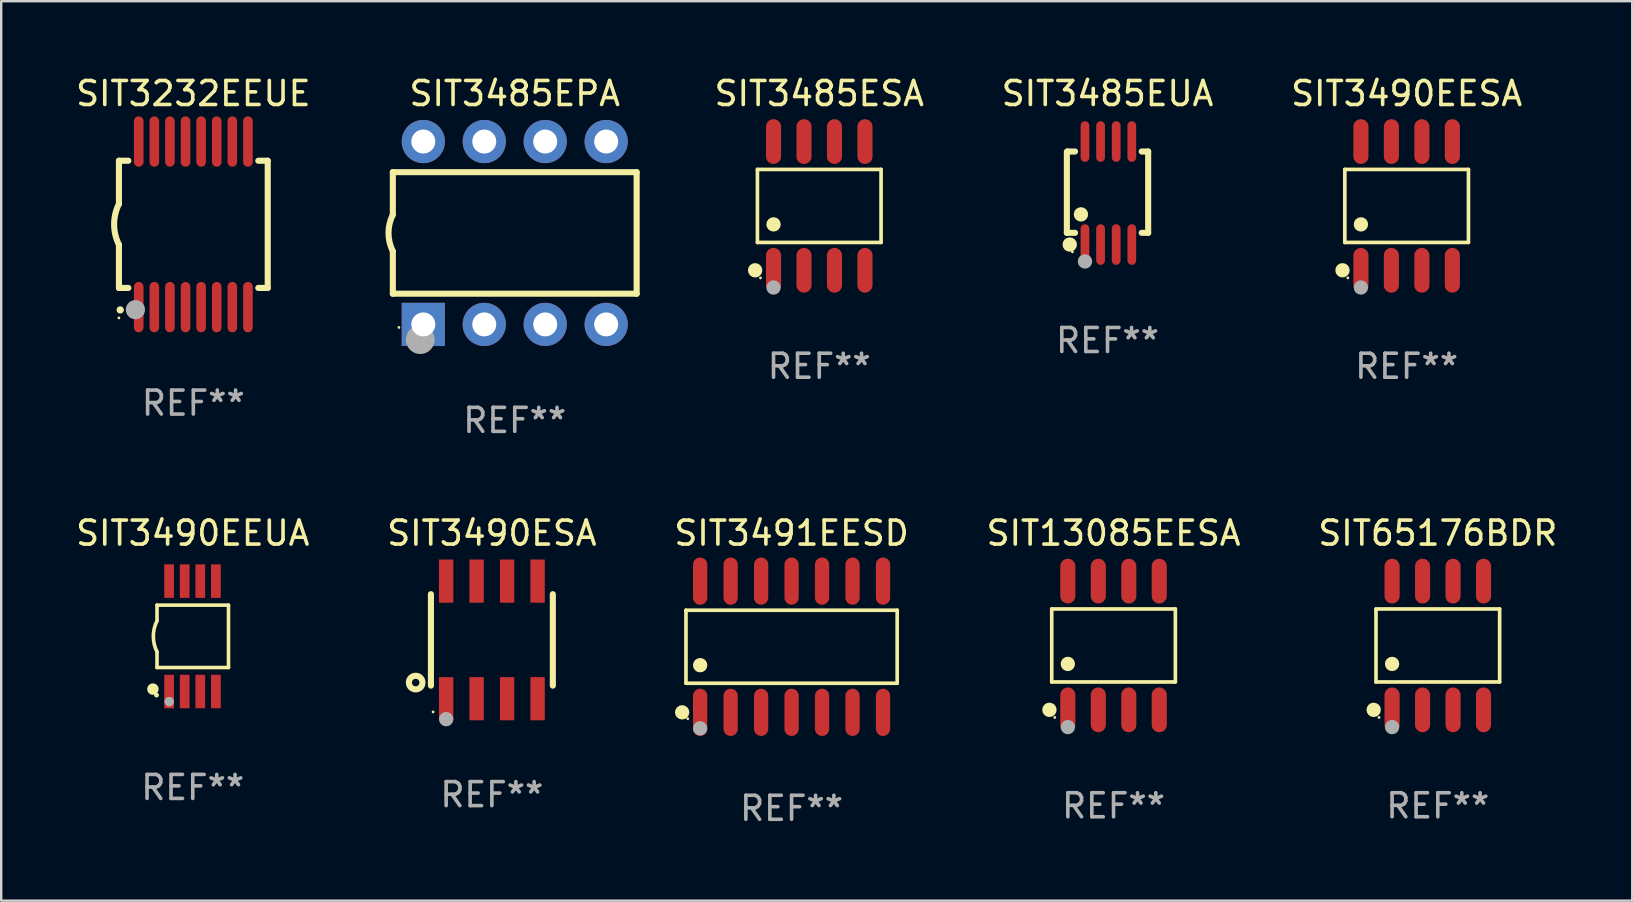
<source format=kicad_pcb>
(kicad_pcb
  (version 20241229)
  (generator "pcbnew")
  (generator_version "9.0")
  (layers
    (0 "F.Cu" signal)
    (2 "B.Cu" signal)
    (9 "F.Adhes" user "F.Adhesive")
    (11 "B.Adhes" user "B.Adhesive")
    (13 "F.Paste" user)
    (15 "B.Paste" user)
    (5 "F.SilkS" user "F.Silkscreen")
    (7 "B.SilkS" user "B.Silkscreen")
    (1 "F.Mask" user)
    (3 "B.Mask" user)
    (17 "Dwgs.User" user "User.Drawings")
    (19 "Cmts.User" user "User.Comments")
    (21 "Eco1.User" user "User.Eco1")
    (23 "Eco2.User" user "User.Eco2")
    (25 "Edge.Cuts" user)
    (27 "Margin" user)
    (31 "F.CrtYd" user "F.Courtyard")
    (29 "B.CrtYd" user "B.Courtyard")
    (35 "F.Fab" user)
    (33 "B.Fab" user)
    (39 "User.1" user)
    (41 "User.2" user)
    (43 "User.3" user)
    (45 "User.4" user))
  (footprint "SIT3485EPA"
    (layer "F.Cu")
    (at 18.399 6.658)
    (property "Reference" "SIT3485EPA" (at 0 -5.81 0) (layer "F.SilkS") (effects (font (size 1 1) (thickness 0.15))))
    (attr through_hole)
    (fp_line (start -5.08 -2.534) (end 5.08 -2.534) (stroke (width 0.254) (type solid)) (layer "F.SilkS"))
    (fp_line (start -5.08 -0.762) (end -5.08 -2.534) (stroke (width 0.254) (type solid)) (layer "F.SilkS"))
    (fp_line (start -5.08 2.531) (end -5.08 0.762) (stroke (width 0.254) (type solid)) (layer "F.SilkS"))
    (fp_line (start -5.08 2.531) (end 5.08 2.531) (stroke (width 0.254) (type solid)) (layer "F.SilkS"))
    (fp_line (start 5.08 2.531) (end 5.08 -2.534) (stroke (width 0.254) (type solid)) (layer "F.SilkS"))
    (fp_arc (start -5.08001 0.762001) (mid -5.259894 0) (end -5.08001 -0.762002) (stroke (width 0.254001) (type solid)) (layer "F.SilkS"))
    (fp_circle (center -4.826 3.937) (end -4.796 3.937) (stroke (width 0.06) (type solid)) (fill no) (layer "F.SilkS"))
    (fp_circle (center -3.937 4.445) (end -3.637 4.445) (stroke (width 0.6) (type solid)) (fill no) (layer "F.Fab"))
    (fp_text user "REF**" (at 0 7.81 0) (layer "F.Fab") (effects (font (size 1 1) (thickness 0.15))))
    (pad "1" thru_hole rect (at -3.81 3.81) (size 1.8 1.8) (drill 1) (layers "*.Cu" "*.Mask"))
    (pad "2" thru_hole circle (at -1.27 3.81) (size 1.8 1.8) (drill 1) (layers "*.Cu" "*.Mask"))
    (pad "3" thru_hole circle (at 1.27 3.81) (size 1.8 1.8) (drill 1) (layers "*.Cu" "*.Mask"))
    (pad "4" thru_hole circle (at 3.81 3.81) (size 1.8 1.8) (drill 1) (layers "*.Cu" "*.Mask"))
    (pad "5" thru_hole circle (at 3.81 -3.81) (size 1.8 1.8) (drill 1) (layers "*.Cu" "*.Mask"))
    (pad "6" thru_hole circle (at 1.27 -3.81) (size 1.8 1.8) (drill 1) (layers "*.Cu" "*.Mask"))
    (pad "7" thru_hole circle (at -1.27 -3.81) (size 1.8 1.8) (drill 1) (layers "*.Cu" "*.Mask"))
    (pad "8" thru_hole circle (at -3.81 -3.81) (size 1.8 1.8) (drill 1) (layers "*.Cu" "*.Mask")))
  (footprint "SIT3490ESA"
    (layer "F.Cu")
    (at 17.446 23.615)
    (property "Reference" "SIT3490ESA" (at 0 -4.45 0) (layer "F.SilkS") (effects (font (size 1 1) (thickness 0.15))))
    (attr through_hole)
    (fp_line (start -2.54 -1.905) (end -2.54 1.905) (stroke (width 0.254) (type solid)) (layer "F.SilkS"))
    (fp_line (start 2.54 -1.905) (end 2.54 1.905) (stroke (width 0.254) (type solid)) (layer "F.SilkS"))
    (fp_circle (center -3.175 1.778) (end -2.891 1.778) (stroke (width 0.254) (type solid)) (fill no) (layer "F.SilkS"))
    (fp_circle (center -2.45 3) (end -2.42 3) (stroke (width 0.06) (type solid)) (fill no) (layer "F.SilkS"))
    (fp_circle (center -1.905 3.302) (end -1.755 3.302) (stroke (width 0.3) (type solid)) (fill no) (layer "F.Fab"))
    (fp_text user "REF**" (at 0 6.45 0) (layer "F.Fab") (effects (font (size 1 1) (thickness 0.15))))
    (pad "1" smd rect (at -1.905 2.45) (size 0.6 1.8) (layers "F.Cu" "F.Mask" "F.Paste"))
    (pad "2" smd rect (at -0.635 2.45) (size 0.6 1.8) (layers "F.Cu" "F.Mask" "F.Paste"))
    (pad "3" smd rect (at 0.635 2.45) (size 0.6 1.8) (layers "F.Cu" "F.Mask" "F.Paste"))
    (pad "4" smd rect (at 1.905 2.45) (size 0.6 1.8) (layers "F.Cu" "F.Mask" "F.Paste"))
    (pad "5" smd rect (at 1.905 -2.45 180) (size 0.6 1.8) (layers "F.Cu" "F.Mask" "F.Paste"))
    (pad "6" smd rect (at 0.635 -2.45 180) (size 0.6 1.8) (layers "F.Cu" "F.Mask" "F.Paste"))
    (pad "7" smd rect (at -0.635 -2.45 180) (size 0.6 1.8) (layers "F.Cu" "F.Mask" "F.Paste"))
    (pad "8" smd rect (at -1.905 -2.45 180) (size 0.6 1.8) (layers "F.Cu" "F.Mask" "F.Paste")))
  (footprint "SIT3232EEUE"
    (layer "F.Cu")
    (at 5.006 6.298)
    (property "Reference" "SIT3232EEUE" (at 0 -5.45 0) (layer "F.SilkS") (effects (font (size 1 1) (thickness 0.15))))
    (attr through_hole)
    (fp_line (start -3.1 -2.65) (end -3.1 -0.85) (stroke (width 0.254) (type solid)) (layer "F.SilkS"))
    (fp_line (start -3.1 -2.65) (end -2.706 -2.65) (stroke (width 0.254) (type solid)) (layer "F.SilkS"))
    (fp_line (start -3.1 2.65) (end -3.1 0.85) (stroke (width 0.254) (type solid)) (layer "F.SilkS"))
    (fp_line (start -3.1 2.65) (end -2.706 2.65) (stroke (width 0.254) (type solid)) (layer "F.SilkS"))
    (fp_line (start 2.706 -2.65) (end 3.1 -2.65) (stroke (width 0.254) (type solid)) (layer "F.SilkS"))
    (fp_line (start 2.706 2.65) (end 3.1 2.65) (stroke (width 0.254) (type solid)) (layer "F.SilkS"))
    (fp_line (start 3.1 -2.65) (end 3.1 2.65) (stroke (width 0.254) (type solid)) (layer "F.SilkS"))
    (fp_arc (start -3.098907 0.850902) (mid -3.300057 0.000523) (end -3.1 -0.850114) (stroke (width 0.254001) (type solid)) (layer "F.SilkS"))
    (fp_arc (start -3.048006 3.566066) (mid -3.046736 3.566061) (end -3.045466 3.566066) (stroke (width 0.3) (type solid)) (layer "F.SilkS"))
    (fp_circle (center -3.1 3.9) (end -3.07 3.9) (stroke (width 0.06) (type solid)) (fill no) (layer "F.SilkS"))
    (fp_circle (center -2.413 3.556) (end -2.213 3.556) (stroke (width 0.4) (type solid)) (fill no) (layer "F.Fab"))
    (fp_text user "REF**" (at 0 7.45 0) (layer "F.Fab") (effects (font (size 1 1) (thickness 0.15))))
    (pad "1" smd oval (at -2.275 3.45 180) (size 0.4 2.1) (layers "F.Cu" "F.Mask" "F.Paste"))
    (pad "2" smd oval (at -1.625 3.45 180) (size 0.4 2.1) (layers "F.Cu" "F.Mask" "F.Paste"))
    (pad "3" smd oval (at -0.975 3.45 180) (size 0.4 2.1) (layers "F.Cu" "F.Mask" "F.Paste"))
    (pad "4" smd oval (at -0.325 3.45 180) (size 0.4 2.1) (layers "F.Cu" "F.Mask" "F.Paste"))
    (pad "5" smd oval (at 0.325 3.45 180) (size 0.4 2.1) (layers "F.Cu" "F.Mask" "F.Paste"))
    (pad "6" smd oval (at 0.975 3.45 180) (size 0.4 2.1) (layers "F.Cu" "F.Mask" "F.Paste"))
    (pad "7" smd oval (at 1.625 3.45 180) (size 0.4 2.1) (layers "F.Cu" "F.Mask" "F.Paste"))
    (pad "8" smd oval (at 2.275 3.45 180) (size 0.4 2.1) (layers "F.Cu" "F.Mask" "F.Paste"))
    (pad "9" smd oval (at 2.275 -3.45 180) (size 0.4 2.1) (layers "F.Cu" "F.Mask" "F.Paste"))
    (pad "10" smd oval (at 1.625 -3.45 180) (size 0.4 2.1) (layers "F.Cu" "F.Mask" "F.Paste"))
    (pad "11" smd oval (at 0.975 -3.45 180) (size 0.4 2.1) (layers "F.Cu" "F.Mask" "F.Paste"))
    (pad "12" smd oval (at 0.325 -3.45 180) (size 0.4 2.1) (layers "F.Cu" "F.Mask" "F.Paste"))
    (pad "13" smd oval (at -0.325 -3.45 180) (size 0.4 2.1) (layers "F.Cu" "F.Mask" "F.Paste"))
    (pad "14" smd oval (at -0.975 -3.45 180) (size 0.4 2.1) (layers "F.Cu" "F.Mask" "F.Paste"))
    (pad "15" smd oval (at -1.625 -3.45 180) (size 0.4 2.1) (layers "F.Cu" "F.Mask" "F.Paste"))
    (pad "16" smd oval (at -2.275 -3.45 180) (size 0.4 2.1) (layers "F.Cu" "F.Mask" "F.Paste")))
  (footprint "SIT3491EESD"
    (layer "F.Cu")
    (at 29.935 23.899)
    (property "Reference" "SIT3491EESD" (at 0 -4.734 0) (layer "F.SilkS") (effects (font (size 1 1) (thickness 0.15))))
    (attr through_hole)
    (fp_line (start -4.401 -1.521) (end 4.401 -1.521) (stroke (width 0.152) (type solid)) (layer "F.SilkS"))
    (fp_line (start -4.401 1.521) (end -4.401 -1.521) (stroke (width 0.152) (type solid)) (layer "F.SilkS"))
    (fp_line (start 4.401 -1.521) (end 4.401 1.521) (stroke (width 0.152) (type solid)) (layer "F.SilkS"))
    (fp_line (start 4.401 1.521) (end -4.401 1.521) (stroke (width 0.152) (type solid)) (layer "F.SilkS"))
    (fp_circle (center -4.56 2.734) (end -4.41 2.734) (stroke (width 0.3) (type solid)) (fill no) (layer "F.SilkS"))
    (fp_circle (center -4.325 3) (end -4.295 3) (stroke (width 0.06) (type solid)) (fill no) (layer "F.SilkS"))
    (fp_circle (center -3.81 0.769) (end -3.66 0.769) (stroke (width 0.3) (type solid)) (fill no) (layer "F.SilkS"))
    (fp_circle (center -3.81 3.4) (end -3.66 3.4) (stroke (width 0.3) (type solid)) (fill no) (layer "F.Fab"))
    (fp_text user "REF**" (at 0 6.734 0) (layer "F.Fab") (effects (font (size 1 1) (thickness 0.15))))
    (pad "1" smd oval (at -3.81 2.734) (size 0.595 1.968) (layers "F.Cu" "F.Mask" "F.Paste"))
    (pad "2" smd oval (at -2.54 2.734) (size 0.595 1.968) (layers "F.Cu" "F.Mask" "F.Paste"))
    (pad "3" smd oval (at -1.27 2.734) (size 0.595 1.968) (layers "F.Cu" "F.Mask" "F.Paste"))
    (pad "4" smd oval (at 0 2.734) (size 0.595 1.968) (layers "F.Cu" "F.Mask" "F.Paste"))
    (pad "5" smd oval (at 1.27 2.734) (size 0.595 1.968) (layers "F.Cu" "F.Mask" "F.Paste"))
    (pad "6" smd oval (at 2.54 2.734) (size 0.595 1.968) (layers "F.Cu" "F.Mask" "F.Paste"))
    (pad "7" smd oval (at 3.81 2.734) (size 0.595 1.968) (layers "F.Cu" "F.Mask" "F.Paste"))
    (pad "8" smd oval (at 3.81 -2.734) (size 0.595 1.968) (layers "F.Cu" "F.Mask" "F.Paste"))
    (pad "9" smd oval (at 2.54 -2.734) (size 0.595 1.968) (layers "F.Cu" "F.Mask" "F.Paste"))
    (pad "10" smd oval (at 1.27 -2.734) (size 0.595 1.968) (layers "F.Cu" "F.Mask" "F.Paste"))
    (pad "11" smd oval (at 0 -2.734) (size 0.595 1.968) (layers "F.Cu" "F.Mask" "F.Paste"))
    (pad "12" smd oval (at -1.27 -2.734) (size 0.595 1.968) (layers "F.Cu" "F.Mask" "F.Paste"))
    (pad "13" smd oval (at -2.54 -2.734) (size 0.595 1.968) (layers "F.Cu" "F.Mask" "F.Paste"))
    (pad "14" smd oval (at -3.81 -2.734) (size 0.595 1.968) (layers "F.Cu" "F.Mask" "F.Paste")))
  (footprint "SIT3490EESA"
    (layer "F.Cu")
    (at 55.564 5.531)
    (property "Reference" "SIT3490EESA" (at 0 -4.682 0) (layer "F.SilkS") (effects (font (size 1 1) (thickness 0.15))))
    (attr through_hole)
    (fp_line (start -2.576 -1.521) (end 2.576 -1.521) (stroke (width 0.152) (type solid)) (layer "F.SilkS"))
    (fp_line (start -2.576 1.521) (end -2.576 -1.521) (stroke (width 0.152) (type solid)) (layer "F.SilkS"))
    (fp_line (start 2.576 -1.521) (end 2.576 1.521) (stroke (width 0.152) (type solid)) (layer "F.SilkS"))
    (fp_line (start 2.576 1.521) (end -2.576 1.521) (stroke (width 0.152) (type solid)) (layer "F.SilkS"))
    (fp_circle (center -2.672 2.682) (end -2.522 2.682) (stroke (width 0.3) (type solid)) (fill no) (layer "F.SilkS"))
    (fp_circle (center -2.45 3) (end -2.42 3) (stroke (width 0.06) (type solid)) (fill no) (layer "F.SilkS"))
    (fp_circle (center -1.905 0.769) (end -1.755 0.769) (stroke (width 0.3) (type solid)) (fill no) (layer "F.SilkS"))
    (fp_circle (center -1.905 3.4) (end -1.755 3.4) (stroke (width 0.3) (type solid)) (fill no) (layer "F.Fab"))
    (fp_text user "REF**" (at 0 6.682 0) (layer "F.Fab") (effects (font (size 1 1) (thickness 0.15))))
    (pad "1" smd oval (at -1.905 2.682) (size 0.63 1.865) (layers "F.Cu" "F.Mask" "F.Paste"))
    (pad "2" smd oval (at -0.635 2.682) (size 0.63 1.865) (layers "F.Cu" "F.Mask" "F.Paste"))
    (pad "3" smd oval (at 0.635 2.682) (size 0.63 1.865) (layers "F.Cu" "F.Mask" "F.Paste"))
    (pad "4" smd oval (at 1.905 2.682) (size 0.63 1.865) (layers "F.Cu" "F.Mask" "F.Paste"))
    (pad "5" smd oval (at 1.905 -2.682) (size 0.63 1.865) (layers "F.Cu" "F.Mask" "F.Paste"))
    (pad "6" smd oval (at 0.635 -2.682) (size 0.63 1.865) (layers "F.Cu" "F.Mask" "F.Paste"))
    (pad "7" smd oval (at -0.635 -2.682) (size 0.63 1.865) (layers "F.Cu" "F.Mask" "F.Paste"))
    (pad "8" smd oval (at -1.905 -2.682) (size 0.63 1.865) (layers "F.Cu" "F.Mask" "F.Paste")))
  (footprint "SIT13085EESA"
    (layer "F.Cu")
    (at 43.351 23.847)
    (property "Reference" "SIT13085EESA" (at 0 -4.682 0) (layer "F.SilkS") (effects (font (size 1 1) (thickness 0.15))))
    (attr through_hole)
    (fp_line (start -2.576 -1.521) (end 2.576 -1.521) (stroke (width 0.152) (type solid)) (layer "F.SilkS"))
    (fp_line (start -2.576 1.521) (end -2.576 -1.521) (stroke (width 0.152) (type solid)) (layer "F.SilkS"))
    (fp_line (start 2.576 -1.521) (end 2.576 1.521) (stroke (width 0.152) (type solid)) (layer "F.SilkS"))
    (fp_line (start 2.576 1.521) (end -2.576 1.521) (stroke (width 0.152) (type solid)) (layer "F.SilkS"))
    (fp_circle (center -2.672 2.682) (end -2.522 2.682) (stroke (width 0.3) (type solid)) (fill no) (layer "F.SilkS"))
    (fp_circle (center -2.45 3) (end -2.42 3) (stroke (width 0.06) (type solid)) (fill no) (layer "F.SilkS"))
    (fp_circle (center -1.905 0.769) (end -1.755 0.769) (stroke (width 0.3) (type solid)) (fill no) (layer "F.SilkS"))
    (fp_circle (center -1.905 3.4) (end -1.755 3.4) (stroke (width 0.3) (type solid)) (fill no) (layer "F.Fab"))
    (fp_text user "REF**" (at 0 6.682 0) (layer "F.Fab") (effects (font (size 1 1) (thickness 0.15))))
    (pad "1" smd oval (at -1.905 2.682) (size 0.63 1.865) (layers "F.Cu" "F.Mask" "F.Paste"))
    (pad "2" smd oval (at -0.635 2.682) (size 0.63 1.865) (layers "F.Cu" "F.Mask" "F.Paste"))
    (pad "3" smd oval (at 0.635 2.682) (size 0.63 1.865) (layers "F.Cu" "F.Mask" "F.Paste"))
    (pad "4" smd oval (at 1.905 2.682) (size 0.63 1.865) (layers "F.Cu" "F.Mask" "F.Paste"))
    (pad "5" smd oval (at 1.905 -2.682) (size 0.63 1.865) (layers "F.Cu" "F.Mask" "F.Paste"))
    (pad "6" smd oval (at 0.635 -2.682) (size 0.63 1.865) (layers "F.Cu" "F.Mask" "F.Paste"))
    (pad "7" smd oval (at -0.635 -2.682) (size 0.63 1.865) (layers "F.Cu" "F.Mask" "F.Paste"))
    (pad "8" smd oval (at -1.905 -2.682) (size 0.63 1.865) (layers "F.Cu" "F.Mask" "F.Paste")))
  (footprint "SIT3485ESA"
    (layer "F.Cu")
    (at 31.088 5.531)
    (property "Reference" "SIT3485ESA" (at 0 -4.682 0) (layer "F.SilkS") (effects (font (size 1 1) (thickness 0.15))))
    (attr through_hole)
    (fp_line (start -2.576 -1.521) (end 2.576 -1.521) (stroke (width 0.152) (type solid)) (layer "F.SilkS"))
    (fp_line (start -2.576 1.521) (end -2.576 -1.521) (stroke (width 0.152) (type solid)) (layer "F.SilkS"))
    (fp_line (start 2.576 -1.521) (end 2.576 1.521) (stroke (width 0.152) (type solid)) (layer "F.SilkS"))
    (fp_line (start 2.576 1.521) (end -2.576 1.521) (stroke (width 0.152) (type solid)) (layer "F.SilkS"))
    (fp_circle (center -2.672 2.682) (end -2.522 2.682) (stroke (width 0.3) (type solid)) (fill no) (layer "F.SilkS"))
    (fp_circle (center -2.45 3) (end -2.42 3) (stroke (width 0.06) (type solid)) (fill no) (layer "F.SilkS"))
    (fp_circle (center -1.905 0.769) (end -1.755 0.769) (stroke (width 0.3) (type solid)) (fill no) (layer "F.SilkS"))
    (fp_circle (center -1.905 3.4) (end -1.755 3.4) (stroke (width 0.3) (type solid)) (fill no) (layer "F.Fab"))
    (fp_text user "REF**" (at 0 6.682 0) (layer "F.Fab") (effects (font (size 1 1) (thickness 0.15))))
    (pad "1" smd oval (at -1.905 2.682) (size 0.63 1.865) (layers "F.Cu" "F.Mask" "F.Paste"))
    (pad "2" smd oval (at -0.635 2.682) (size 0.63 1.865) (layers "F.Cu" "F.Mask" "F.Paste"))
    (pad "3" smd oval (at 0.635 2.682) (size 0.63 1.865) (layers "F.Cu" "F.Mask" "F.Paste"))
    (pad "4" smd oval (at 1.905 2.682) (size 0.63 1.865) (layers "F.Cu" "F.Mask" "F.Paste"))
    (pad "5" smd oval (at 1.905 -2.682) (size 0.63 1.865) (layers "F.Cu" "F.Mask" "F.Paste"))
    (pad "6" smd oval (at 0.635 -2.682) (size 0.63 1.865) (layers "F.Cu" "F.Mask" "F.Paste"))
    (pad "7" smd oval (at -0.635 -2.682) (size 0.63 1.865) (layers "F.Cu" "F.Mask" "F.Paste"))
    (pad "8" smd oval (at -1.905 -2.682) (size 0.63 1.865) (layers "F.Cu" "F.Mask" "F.Paste")))
  (footprint "SIT65176BDR"
    (layer "F.Cu")
    (at 56.863 23.847)
    (property "Reference" "SIT65176BDR" (at 0 -4.682 0) (layer "F.SilkS") (effects (font (size 1 1) (thickness 0.15))))
    (attr through_hole)
    (fp_line (start -2.576 -1.521) (end 2.576 -1.521) (stroke (width 0.152) (type solid)) (layer "F.SilkS"))
    (fp_line (start -2.576 1.521) (end -2.576 -1.521) (stroke (width 0.152) (type solid)) (layer "F.SilkS"))
    (fp_line (start 2.576 -1.521) (end 2.576 1.521) (stroke (width 0.152) (type solid)) (layer "F.SilkS"))
    (fp_line (start 2.576 1.521) (end -2.576 1.521) (stroke (width 0.152) (type solid)) (layer "F.SilkS"))
    (fp_circle (center -2.672 2.682) (end -2.522 2.682) (stroke (width 0.3) (type solid)) (fill no) (layer "F.SilkS"))
    (fp_circle (center -2.45 3) (end -2.42 3) (stroke (width 0.06) (type solid)) (fill no) (layer "F.SilkS"))
    (fp_circle (center -1.905 0.769) (end -1.755 0.769) (stroke (width 0.3) (type solid)) (fill no) (layer "F.SilkS"))
    (fp_circle (center -1.905 3.4) (end -1.755 3.4) (stroke (width 0.3) (type solid)) (fill no) (layer "F.Fab"))
    (fp_text user "REF**" (at 0 6.682 0) (layer "F.Fab") (effects (font (size 1 1) (thickness 0.15))))
    (pad "1" smd oval (at -1.905 2.682) (size 0.63 1.865) (layers "F.Cu" "F.Mask" "F.Paste"))
    (pad "2" smd oval (at -0.635 2.682) (size 0.63 1.865) (layers "F.Cu" "F.Mask" "F.Paste"))
    (pad "3" smd oval (at 0.635 2.682) (size 0.63 1.865) (layers "F.Cu" "F.Mask" "F.Paste"))
    (pad "4" smd oval (at 1.905 2.682) (size 0.63 1.865) (layers "F.Cu" "F.Mask" "F.Paste"))
    (pad "5" smd oval (at 1.905 -2.682) (size 0.63 1.865) (layers "F.Cu" "F.Mask" "F.Paste"))
    (pad "6" smd oval (at 0.635 -2.682) (size 0.63 1.865) (layers "F.Cu" "F.Mask" "F.Paste"))
    (pad "7" smd oval (at -0.635 -2.682) (size 0.63 1.865) (layers "F.Cu" "F.Mask" "F.Paste"))
    (pad "8" smd oval (at -1.905 -2.682) (size 0.63 1.865) (layers "F.Cu" "F.Mask" "F.Paste")))
  (footprint "SIT3485EUA"
    (layer "F.Cu")
    (at 43.1 4.994)
    (property "Reference" "SIT3485EUA" (at 0 -4.146 0) (layer "F.SilkS") (effects (font (size 1 1) (thickness 0.15))))
    (attr through_hole)
    (fp_line (start -1.694 -1.724) (end -1.694 1.652) (stroke (width 0.254) (type solid)) (layer "F.SilkS"))
    (fp_line (start -1.694 1.652) (end -1.688 1.658) (stroke (width 0.254) (type solid)) (layer "F.SilkS"))
    (fp_line (start -1.688 1.658) (end -1.353 1.658) (stroke (width 0.254) (type solid)) (layer "F.SilkS"))
    (fp_line (start -1.661 -1.73) (end -1.681 -1.71) (stroke (width 0.254) (type solid)) (layer "F.SilkS"))
    (fp_line (start -1.353 -1.73) (end -1.661 -1.73) (stroke (width 0.254) (type solid)) (layer "F.SilkS"))
    (fp_line (start 1.424 1.658) (end 1.694 1.658) (stroke (width 0.254) (type solid)) (layer "F.SilkS"))
    (fp_line (start 1.694 -1.73) (end 1.424 -1.73) (stroke (width 0.254) (type solid)) (layer "F.SilkS"))
    (fp_line (start 1.694 1.658) (end 1.694 -1.73) (stroke (width 0.254) (type solid)) (layer "F.SilkS"))
    (fp_circle (center -1.574 2.146) (end -1.424 2.146) (stroke (width 0.3) (type solid)) (fill no) (layer "F.SilkS"))
    (fp_circle (center -1.464 2.45) (end -1.434 2.45) (stroke (width 0.06) (type solid)) (fill no) (layer "F.SilkS"))
    (fp_circle (center -1.107 0.889) (end -0.957 0.889) (stroke (width 0.3) (type solid)) (fill no) (layer "F.SilkS"))
    (fp_circle (center -0.94 2.85) (end -0.789 2.85) (stroke (width 0.3) (type solid)) (fill no) (layer "F.Fab"))
    (fp_text user "REF**" (at 0 6.146 0) (layer "F.Fab") (effects (font (size 1 1) (thickness 0.15))))
    (pad "1" smd oval (at -0.94 2.146) (size 0.364 1.692) (layers "F.Cu" "F.Mask" "F.Paste"))
    (pad "2" smd oval (at -0.289 2.146) (size 0.364 1.692) (layers "F.Cu" "F.Mask" "F.Paste"))
    (pad "3" smd oval (at 0.361 2.146) (size 0.364 1.692) (layers "F.Cu" "F.Mask" "F.Paste"))
    (pad "4" smd oval (at 1.011 2.146) (size 0.364 1.692) (layers "F.Cu" "F.Mask" "F.Paste"))
    (pad "5" smd oval (at 1.011 -2.146) (size 0.364 1.692) (layers "F.Cu" "F.Mask" "F.Paste"))
    (pad "6" smd oval (at 0.361 -2.146) (size 0.364 1.692) (layers "F.Cu" "F.Mask" "F.Paste"))
    (pad "7" smd oval (at -0.289 -2.146) (size 0.364 1.692) (layers "F.Cu" "F.Mask" "F.Paste"))
    (pad "8" smd oval (at -0.94 -2.146) (size 0.364 1.692) (layers "F.Cu" "F.Mask" "F.Paste")))
  (footprint "SIT3490EEUA"
    (layer "F.Cu")
    (at 4.982 23.465)
    (property "Reference" "SIT3490EEUA" (at 0 -4.3 0) (layer "F.SilkS") (effects (font (size 1 1) (thickness 0.15))))
    (attr through_hole)
    (fp_line (start -1.489 -1.3) (end -1.489 -0.648) (stroke (width 0.15) (type solid)) (layer "F.SilkS"))
    (fp_line (start -1.489 0.648) (end -1.489 1.3) (stroke (width 0.15) (type solid)) (layer "F.SilkS"))
    (fp_line (start -1.489 1.3) (end 1.489 1.3) (stroke (width 0.15) (type solid)) (layer "F.SilkS"))
    (fp_line (start 1.489 -1.3) (end -1.489 -1.3) (stroke (width 0.15) (type solid)) (layer "F.SilkS"))
    (fp_line (start 1.489 1.3) (end 1.489 -1.3) (stroke (width 0.15) (type solid)) (layer "F.SilkS"))
    (fp_arc (start -1.489205 0.647702) (mid -1.642107 0) (end -1.489205 -0.647701) (stroke (width 0.150013) (type solid)) (layer "F.SilkS"))
    (fp_circle (center -1.661 2.2) (end -1.541 2.2) (stroke (width 0.24) (type solid)) (fill no) (layer "F.SilkS"))
    (fp_circle (center -1.511 2.45) (end -1.461 2.45) (stroke (width 0.1) (type solid)) (fill no) (layer "F.SilkS"))
    (fp_circle (center -0.981 2.72) (end -0.881 2.72) (stroke (width 0.2) (type solid)) (fill no) (layer "F.Fab"))
    (fp_text user "REF**" (at 0 6.3 0) (layer "F.Fab") (effects (font (size 1 1) (thickness 0.15))))
    (pad "1" smd rect (at -0.986 2.3) (size 0.406 1.397) (layers "F.Cu" "F.Mask" "F.Paste"))
    (pad "2" smd rect (at -0.336 2.3) (size 0.406 1.397) (layers "F.Cu" "F.Mask" "F.Paste"))
    (pad "3" smd rect (at 0.314 2.3) (size 0.406 1.397) (layers "F.Cu" "F.Mask" "F.Paste"))
    (pad "4" smd rect (at 0.964 2.3) (size 0.406 1.397) (layers "F.Cu" "F.Mask" "F.Paste"))
    (pad "5" smd rect (at 0.964 -2.3) (size 0.406 1.397) (layers "F.Cu" "F.Mask" "F.Paste"))
    (pad "6" smd rect (at 0.314 -2.3) (size 0.406 1.397) (layers "F.Cu" "F.Mask" "F.Paste"))
    (pad "7" smd rect (at -0.336 -2.3) (size 0.406 1.397) (layers "F.Cu" "F.Mask" "F.Paste"))
    (pad "8" smd rect (at -0.986 -2.3) (size 0.406 1.397) (layers "F.Cu" "F.Mask" "F.Paste")))
  (gr_rect
    (start -3 -3)
    (end 64.964 34.481)
    (stroke (width 0.1) (type default))
    (fill no)
    (layer "Edge.Cuts")))
</source>
